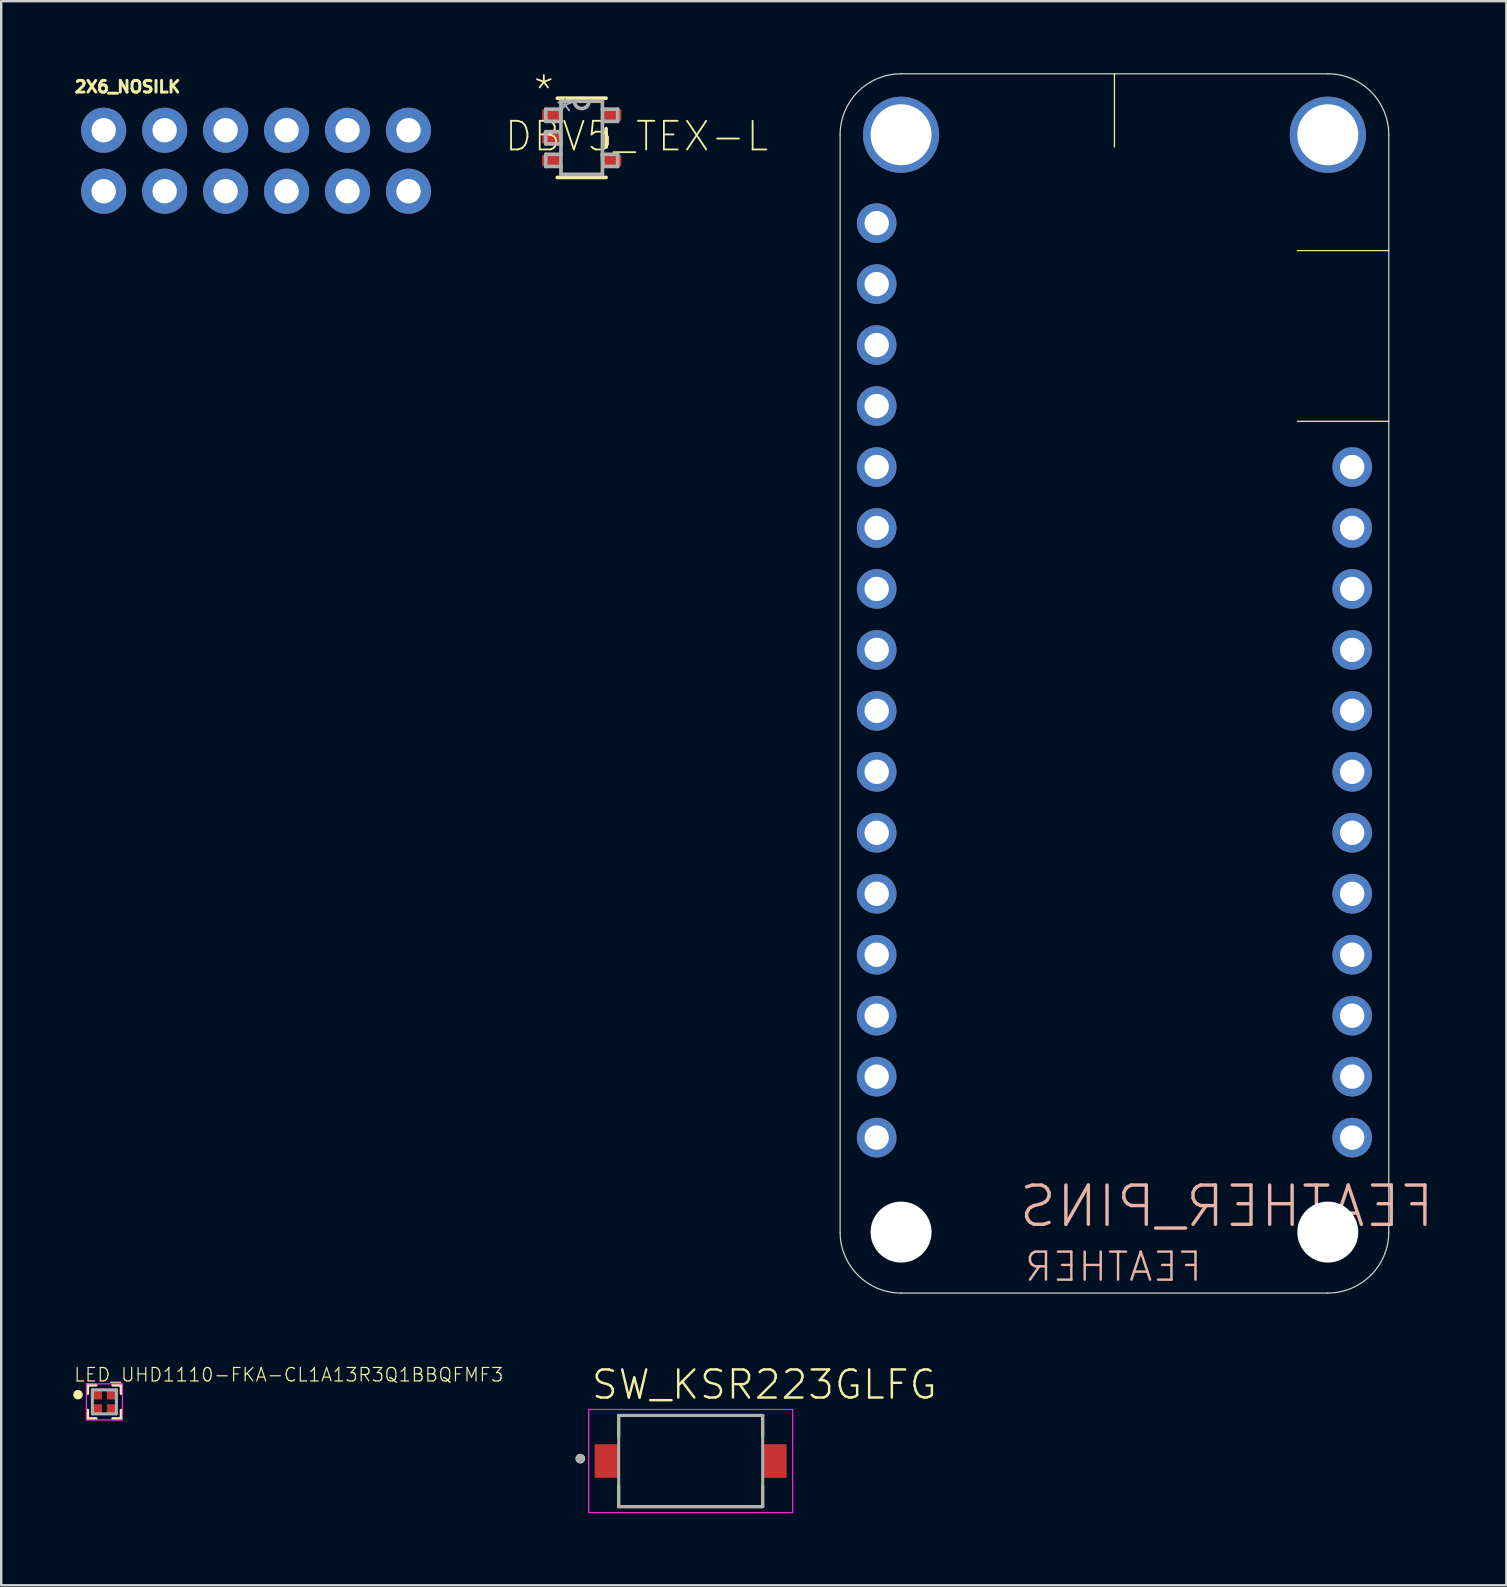
<source format=kicad_pcb>
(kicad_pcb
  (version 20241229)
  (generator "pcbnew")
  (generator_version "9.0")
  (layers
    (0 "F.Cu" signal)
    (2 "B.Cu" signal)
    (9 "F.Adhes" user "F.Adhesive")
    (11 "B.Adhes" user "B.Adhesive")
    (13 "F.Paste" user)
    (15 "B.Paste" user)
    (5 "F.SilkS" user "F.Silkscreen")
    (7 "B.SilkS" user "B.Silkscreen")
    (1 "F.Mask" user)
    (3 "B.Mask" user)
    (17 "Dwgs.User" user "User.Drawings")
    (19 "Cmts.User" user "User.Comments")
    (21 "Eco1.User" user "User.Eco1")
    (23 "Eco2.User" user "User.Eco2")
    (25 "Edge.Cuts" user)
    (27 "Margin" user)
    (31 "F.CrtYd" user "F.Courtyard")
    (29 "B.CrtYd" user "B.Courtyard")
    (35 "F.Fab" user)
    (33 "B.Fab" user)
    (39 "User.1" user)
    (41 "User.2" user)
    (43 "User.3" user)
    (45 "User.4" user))
  (footprint "SW_KSR223GLFG"
    (layer "F.Cu")
    (at 25.727 57.824)
    (property "Reference" "SW_KSR223GLFG" (at -4.2 -2.5 0) (unlocked yes) (layer "F.SilkS") (effects (font (size 1.168 1.168) (thickness 0.102)) (justify left bottom)))
    (fp_line (start -3 -1.9) (end 3 -1.9) (stroke (width 0.127) (type solid)) (layer "F.SilkS"))
    (fp_line (start -3 -1.03) (end -3 -1.9) (stroke (width 0.127) (type solid)) (layer "F.SilkS"))
    (fp_line (start -3 1.03) (end -3 1.9) (stroke (width 0.127) (type solid)) (layer "F.SilkS"))
    (fp_line (start -3 1.9) (end 3 1.9) (stroke (width 0.127) (type solid)) (layer "F.SilkS"))
    (fp_line (start 3 -1.9) (end 3 -1.03) (stroke (width 0.127) (type solid)) (layer "F.SilkS"))
    (fp_line (start 3 1.9) (end 3 1.03) (stroke (width 0.127) (type solid)) (layer "F.SilkS"))
    (fp_circle (center -4.6 -0.1) (end -4.5 -0.1) (stroke (width 0.2) (type solid)) (fill no) (layer "F.SilkS"))
    (fp_line (start -4.25 -2.15) (end 4.25 -2.15) (stroke (width 0.05) (type solid)) (layer "F.CrtYd"))
    (fp_line (start -4.25 2.15) (end -4.25 -2.15) (stroke (width 0.05) (type solid)) (layer "F.CrtYd"))
    (fp_line (start 4.25 -2.15) (end 4.25 2.15) (stroke (width 0.05) (type solid)) (layer "F.CrtYd"))
    (fp_line (start 4.25 2.15) (end -4.25 2.15) (stroke (width 0.05) (type solid)) (layer "F.CrtYd"))
    (fp_line (start -3 -1.9) (end 3 -1.9) (stroke (width 0.127) (type solid)) (layer "F.Fab"))
    (fp_line (start -3 1.9) (end -3 -1.9) (stroke (width 0.127) (type solid)) (layer "F.Fab"))
    (fp_line (start 3 -1.9) (end 3 1.9) (stroke (width 0.127) (type solid)) (layer "F.Fab"))
    (fp_line (start 3 1.9) (end -3 1.9) (stroke (width 0.127) (type solid)) (layer "F.Fab"))
    (fp_circle (center -4.6 -0.1) (end -4.5 -0.1) (stroke (width 0.2) (type solid)) (fill no) (layer "F.Fab"))
    (pad "1" smd rect (at -3.5 0) (size 1 1.4) (layers "F.Cu" "F.Mask" "F.Paste"))
    (pad "2" smd rect (at 3.5 0) (size 1 1.4) (layers "F.Cu" "F.Mask" "F.Paste")))
  (footprint "LED_UHD1110-FKA-CL1A13R3Q1BBQFMF3"
    (layer "F.Cu")
    (at 1.3 55.358)
    (property "Reference" "LED_UHD1110-FKA-CL1A13R3Q1BBQFMF3" (at -1.3 -0.8 0) (unlocked yes) (layer "F.SilkS") (effects (font (size 0.561 0.561) (thickness 0.049)) (justify left bottom)))
    (fp_line (start -0.7 -0.7) (end -0.7 -0.35) (stroke (width 0.127) (type solid)) (layer "F.SilkS"))
    (fp_line (start -0.7 0.35) (end -0.7 0.7) (stroke (width 0.127) (type solid)) (layer "F.SilkS"))
    (fp_line (start -0.7 0.7) (end -0.35 0.7) (stroke (width 0.127) (type solid)) (layer "F.SilkS"))
    (fp_line (start -0.35 -0.7) (end -0.7 -0.7) (stroke (width 0.127) (type solid)) (layer "F.SilkS"))
    (fp_line (start 0.35 -0.7) (end 0.7 -0.7) (stroke (width 0.127) (type solid)) (layer "F.SilkS"))
    (fp_line (start 0.35 0.7) (end 0.7 0.7) (stroke (width 0.127) (type solid)) (layer "F.SilkS"))
    (fp_line (start 0.7 -0.7) (end 0.7 -0.35) (stroke (width 0.127) (type solid)) (layer "F.SilkS"))
    (fp_line (start 0.7 0.7) (end 0.7 0.35) (stroke (width 0.127) (type solid)) (layer "F.SilkS"))
    (fp_circle (center -1.1 -0.3) (end -1 -0.3) (stroke (width 0.2) (type solid)) (fill no) (layer "F.SilkS"))
    (fp_line (start -0.75 -0.75) (end 0.75 -0.75) (stroke (width 0.05) (type solid)) (layer "F.CrtYd"))
    (fp_line (start -0.75 0.75) (end -0.75 -0.75) (stroke (width 0.05) (type solid)) (layer "F.CrtYd"))
    (fp_line (start 0.75 -0.75) (end 0.75 0.75) (stroke (width 0.05) (type solid)) (layer "F.CrtYd"))
    (fp_line (start 0.75 0.75) (end -0.75 0.75) (stroke (width 0.05) (type solid)) (layer "F.CrtYd"))
    (fp_line (start -0.5 -0.5) (end 0.5 -0.5) (stroke (width 0.127) (type solid)) (layer "F.Fab"))
    (fp_line (start -0.5 0.5) (end -0.5 -0.5) (stroke (width 0.127) (type solid)) (layer "F.Fab"))
    (fp_line (start 0.5 -0.5) (end 0.5 0.5) (stroke (width 0.127) (type solid)) (layer "F.Fab"))
    (fp_line (start 0.5 0.5) (end -0.5 0.5) (stroke (width 0.127) (type solid)) (layer "F.Fab"))
    (pad "1" smd rect (at -0.3 -0.3) (size 0.4 0.4) (layers "F.Cu" "F.Mask" "F.Paste"))
    (pad "2" smd rect (at -0.3 0.3) (size 0.4 0.4) (layers "F.Cu" "F.Mask" "F.Paste"))
    (pad "3" smd rect (at 0.3 0.3) (size 0.4 0.4) (layers "F.Cu" "F.Mask" "F.Paste"))
    (pad "4" smd rect (at 0.3 -0.3) (size 0.4 0.4) (layers "F.Cu" "F.Mask" "F.Paste")))
  (footprint "2X6_NOSILK"
    (layer "F.Cu")
    (at 1.27 4.917)
    (property "Reference" "2X6_NOSILK" (at -1.27 -4.064 0) (unlocked yes) (layer "F.SilkS") (effects (font (size 0.488 0.488) (thickness 0.122)) (justify left bottom)))
    (fp_poly (pts (xy -0.254 -2.286) (xy 0.254 -2.286) (xy 0.254 -2.794) (xy -0.254 -2.794)) (stroke (width 0.1) (type default)) (fill no) (layer "F.Fab"))
    (fp_poly (pts (xy -0.254 0.254) (xy 0.254 0.254) (xy 0.254 -0.254) (xy -0.254 -0.254)) (stroke (width 0.1) (type default)) (fill no) (layer "F.Fab"))
    (fp_poly (pts (xy 2.286 -2.286) (xy 2.794 -2.286) (xy 2.794 -2.794) (xy 2.286 -2.794)) (stroke (width 0.1) (type default)) (fill no) (layer "F.Fab"))
    (fp_poly (pts (xy 2.286 0.254) (xy 2.794 0.254) (xy 2.794 -0.254) (xy 2.286 -0.254)) (stroke (width 0.1) (type default)) (fill no) (layer "F.Fab"))
    (fp_poly (pts (xy 4.826 -2.286) (xy 5.334 -2.286) (xy 5.334 -2.794) (xy 4.826 -2.794)) (stroke (width 0.1) (type default)) (fill no) (layer "F.Fab"))
    (fp_poly (pts (xy 4.826 0.254) (xy 5.334 0.254) (xy 5.334 -0.254) (xy 4.826 -0.254)) (stroke (width 0.1) (type default)) (fill no) (layer "F.Fab"))
    (fp_poly (pts (xy 7.366 -2.286) (xy 7.874 -2.286) (xy 7.874 -2.794) (xy 7.366 -2.794)) (stroke (width 0.1) (type default)) (fill no) (layer "F.Fab"))
    (fp_poly (pts (xy 7.366 0.254) (xy 7.874 0.254) (xy 7.874 -0.254) (xy 7.366 -0.254)) (stroke (width 0.1) (type default)) (fill no) (layer "F.Fab"))
    (fp_poly (pts (xy 9.906 -2.286) (xy 10.414 -2.286) (xy 10.414 -2.794) (xy 9.906 -2.794)) (stroke (width 0.1) (type default)) (fill no) (layer "F.Fab"))
    (fp_poly (pts (xy 9.906 0.254) (xy 10.414 0.254) (xy 10.414 -0.254) (xy 9.906 -0.254)) (stroke (width 0.1) (type default)) (fill no) (layer "F.Fab"))
    (fp_poly (pts (xy 12.446 -2.286) (xy 12.954 -2.286) (xy 12.954 -2.794) (xy 12.446 -2.794)) (stroke (width 0.1) (type default)) (fill no) (layer "F.Fab"))
    (fp_poly (pts (xy 12.446 0.254) (xy 12.954 0.254) (xy 12.954 -0.254) (xy 12.446 -0.254)) (stroke (width 0.1) (type default)) (fill no) (layer "F.Fab"))
    (pad "1" thru_hole circle (at 0 0) (size 1.88 1.88) (drill 1.016) (layers "*.Cu" "*.Mask"))
    (pad "2" thru_hole circle (at 0 -2.54) (size 1.88 1.88) (drill 1.016) (layers "*.Cu" "*.Mask"))
    (pad "3" thru_hole circle (at 2.54 0) (size 1.88 1.88) (drill 1.016) (layers "*.Cu" "*.Mask"))
    (pad "4" thru_hole circle (at 2.54 -2.54) (size 1.88 1.88) (drill 1.016) (layers "*.Cu" "*.Mask"))
    (pad "5" thru_hole circle (at 5.08 0) (size 1.88 1.88) (drill 1.016) (layers "*.Cu" "*.Mask"))
    (pad "6" thru_hole circle (at 5.08 -2.54) (size 1.88 1.88) (drill 1.016) (layers "*.Cu" "*.Mask"))
    (pad "7" thru_hole circle (at 7.62 0) (size 1.88 1.88) (drill 1.016) (layers "*.Cu" "*.Mask"))
    (pad "8" thru_hole circle (at 7.62 -2.54) (size 1.88 1.88) (drill 1.016) (layers "*.Cu" "*.Mask"))
    (pad "9" thru_hole circle (at 10.16 0) (size 1.88 1.88) (drill 1.016) (layers "*.Cu" "*.Mask"))
    (pad "10" thru_hole circle (at 10.16 -2.54) (size 1.88 1.88) (drill 1.016) (layers "*.Cu" "*.Mask"))
    (pad "11" thru_hole circle (at 12.7 0) (size 1.88 1.88) (drill 1.016) (layers "*.Cu" "*.Mask"))
    (pad "12" thru_hole circle (at 12.7 -2.54) (size 1.88 1.88) (drill 1.016) (layers "*.Cu" "*.Mask")))
  (footprint "FEATHER_PINS"
    (layer "F.Cu")
    (at 34.493 5.105)
    (property "Reference" "FEATHER_PINS" (at 4.826 41.148 0) (unlocked yes) (layer "B.SilkS") (effects (font (size 1.636 1.636) (thickness 0.142)) (justify right top mirror)))
    (fp_line (start 8.89 -5.08) (end 8.89 -2.032) (stroke (width 0.051) (type solid)) (layer "F.SilkS"))
    (fp_line (start 20.32 2.286) (end 16.51 2.286) (stroke (width 0.051) (type solid)) (layer "F.SilkS"))
    (fp_line (start 20.32 9.398) (end 16.51 9.398) (stroke (width 0.051) (type solid)) (layer "F.SilkS"))
    (fp_line (start -2.54 -2.54) (end -2.54 43.18) (stroke (width 0.051) (type solid)) (layer "Edge.Cuts"))
    (fp_line (start 0 45.72) (end 17.78 45.72) (stroke (width 0.051) (type solid)) (layer "Edge.Cuts"))
    (fp_line (start 17.78 -5.08) (end 0 -5.08) (stroke (width 0.051) (type solid)) (layer "Edge.Cuts"))
    (fp_line (start 20.32 43.18) (end 20.32 -2.54) (stroke (width 0.051) (type solid)) (layer "Edge.Cuts"))
    (fp_arc (start -2.54 -2.54) (mid -1.796051 -4.336051) (end 0 -5.08) (stroke (width 0.0508) (type solid)) (layer "Edge.Cuts"))
    (fp_arc (start 0 45.72) (mid -1.796051 44.976051) (end -2.54 43.18) (stroke (width 0.0508) (type solid)) (layer "Edge.Cuts"))
    (fp_arc (start 17.78 -5.08) (mid 19.576051 -4.336051) (end 20.32 -2.54) (stroke (width 0.0508) (type solid)) (layer "Edge.Cuts"))
    (fp_arc (start 20.32 43.18) (mid 19.576051 44.976051) (end 17.78 45.72) (stroke (width 0.0508) (type solid)) (layer "Edge.Cuts"))
    (fp_text user "FEATHER" (at 5.08 43.942 0) (layer "B.SilkS") (effects (font (size 1.168 1.168) (thickness 0.102)) (justify right top mirror)))
    (pad "" np_thru_hole circle (at 0 43.18) (size 2.54 2.54) (drill 2.54) (layers "*.Cu" "*.Mask"))
    (pad "" np_thru_hole circle (at 17.78 43.18) (size 2.54 2.54) (drill 2.54) (layers "*.Cu" "*.Mask"))
    (pad "3V" thru_hole circle (at -1.016 3.683) (size 1.651 1.651) (drill 1.016) (layers "*.Cu" "*.Mask"))
    (pad "5" thru_hole circle (at 18.796 34.163) (size 1.651 1.651) (drill 1.016) (layers "*.Cu" "*.Mask"))
    (pad "6" thru_hole circle (at 18.796 31.623) (size 1.651 1.651) (drill 1.016) (layers "*.Cu" "*.Mask"))
    (pad "9" thru_hole circle (at 18.796 29.083) (size 1.651 1.651) (drill 1.016) (layers "*.Cu" "*.Mask"))
    (pad "10" thru_hole circle (at 18.796 26.543) (size 1.651 1.651) (drill 1.016) (layers "*.Cu" "*.Mask"))
    (pad "11" thru_hole circle (at 18.796 24.003) (size 1.651 1.651) (drill 1.016) (layers "*.Cu" "*.Mask"))
    (pad "12" thru_hole circle (at 18.796 21.463) (size 1.651 1.651) (drill 1.016) (layers "*.Cu" "*.Mask"))
    (pad "13" thru_hole circle (at 18.796 18.923) (size 1.651 1.651) (drill 1.016) (layers "*.Cu" "*.Mask"))
    (pad "A0" thru_hole circle (at -1.016 11.303) (size 1.651 1.651) (drill 1.016) (layers "*.Cu" "*.Mask"))
    (pad "A1" thru_hole circle (at -1.016 13.843) (size 1.651 1.651) (drill 1.016) (layers "*.Cu" "*.Mask"))
    (pad "A2" thru_hole circle (at -1.016 16.383) (size 1.651 1.651) (drill 1.016) (layers "*.Cu" "*.Mask"))
    (pad "A3" thru_hole circle (at -1.016 18.923) (size 1.651 1.651) (drill 1.016) (layers "*.Cu" "*.Mask"))
    (pad "A4" thru_hole circle (at -1.016 21.463) (size 1.651 1.651) (drill 1.016) (layers "*.Cu" "*.Mask"))
    (pad "A5" thru_hole circle (at -1.016 24.003) (size 1.651 1.651) (drill 1.016) (layers "*.Cu" "*.Mask"))
    (pad "AREF" thru_hole circle (at -1.016 6.223) (size 1.651 1.651) (drill 1.016) (layers "*.Cu" "*.Mask"))
    (pad "BAT" thru_hole circle (at 18.796 11.303) (size 1.651 1.651) (drill 1.016) (layers "*.Cu" "*.Mask"))
    (pad "D4" thru_hole circle (at -1.016 39.243) (size 1.651 1.651) (drill 1.016) (layers "*.Cu" "*.Mask"))
    (pad "EN" thru_hole circle (at 18.796 13.843) (size 1.651 1.651) (drill 1.016) (layers "*.Cu" "*.Mask"))
    (pad "GND" thru_hole circle (at -1.016 8.763) (size 1.651 1.651) (drill 1.016) (layers "*.Cu" "*.Mask"))
    (pad "M0" thru_hole circle (at -1.016 29.083) (size 1.651 1.651) (drill 1.016) (layers "*.Cu" "*.Mask"))
    (pad "MI" thru_hole circle (at -1.016 31.623) (size 1.651 1.651) (drill 1.016) (layers "*.Cu" "*.Mask"))
    (pad "P$1" thru_hole circle (at 0 -2.54) (size 3.175 3.175) (drill 2.54) (layers "*.Cu" "*.Mask"))
    (pad "P$2" thru_hole circle (at 17.78 -2.54) (size 3.175 3.175) (drill 2.54) (layers "*.Cu" "*.Mask"))
    (pad "RST" thru_hole circle (at -1.016 1.143) (size 1.651 1.651) (drill 1.016) (layers "*.Cu" "*.Mask"))
    (pad "RX" thru_hole circle (at -1.016 34.163) (size 1.651 1.651) (drill 1.016) (layers "*.Cu" "*.Mask"))
    (pad "SCK" thru_hole circle (at -1.016 26.543) (size 1.651 1.651) (drill 1.016) (layers "*.Cu" "*.Mask"))
    (pad "SCL" thru_hole circle (at 18.796 36.703) (size 1.651 1.651) (drill 1.016) (layers "*.Cu" "*.Mask"))
    (pad "SDA" thru_hole circle (at 18.796 39.243) (size 1.651 1.651) (drill 1.016) (layers "*.Cu" "*.Mask"))
    (pad "TX" thru_hole circle (at -1.016 36.703) (size 1.651 1.651) (drill 1.016) (layers "*.Cu" "*.Mask"))
    (pad "USB" thru_hole circle (at 18.796 16.383) (size 1.651 1.651) (drill 1.016) (layers "*.Cu" "*.Mask")))
  (footprint "DBV5_TEX-L"
    (layer "F.Cu")
    (at 21.186 2.692)
    (property "Reference" "DBV5_TEX-L" (at -3.277 0.635 0) (unlocked yes) (layer "F.SilkS") (effects (font (size 1.194 1.194) (thickness 0.076)) (justify left bottom)))
    (fp_line (start -1.016 1.651) (end 1.016 1.651) (stroke (width 0.152) (type solid)) (layer "F.SilkS"))
    (fp_line (start 1.016 -1.651) (end -1.016 -1.651) (stroke (width 0.152) (type solid)) (layer "F.SilkS"))
    (fp_line (start 1.016 0.381) (end 1.016 -0.381) (stroke (width 0.152) (type solid)) (layer "F.SilkS"))
    (fp_line (start -1.499 -1.194) (end -1.499 -0.686) (stroke (width 0.152) (type solid)) (layer "F.Fab"))
    (fp_line (start -1.499 -0.686) (end -0.864 -0.686) (stroke (width 0.152) (type solid)) (layer "F.Fab"))
    (fp_line (start -1.499 -0.254) (end -1.499 0.254) (stroke (width 0.152) (type solid)) (layer "F.Fab"))
    (fp_line (start -1.499 0.254) (end -0.864 0.254) (stroke (width 0.152) (type solid)) (layer "F.Fab"))
    (fp_line (start -1.499 0.686) (end -1.499 1.194) (stroke (width 0.152) (type solid)) (layer "F.Fab"))
    (fp_line (start -1.499 1.194) (end -0.864 1.194) (stroke (width 0.152) (type solid)) (layer "F.Fab"))
    (fp_line (start -0.889 -1.194) (end -1.499 -1.194) (stroke (width 0.152) (type solid)) (layer "F.Fab"))
    (fp_line (start -0.889 -0.254) (end -1.499 -0.254) (stroke (width 0.152) (type solid)) (layer "F.Fab"))
    (fp_line (start -0.864 -1.524) (end -0.864 -0.686) (stroke (width 0.152) (type solid)) (layer "F.Fab"))
    (fp_line (start -0.864 -0.686) (end -0.889 -1.194) (stroke (width 0.152) (type solid)) (layer "F.Fab"))
    (fp_line (start -0.864 -0.686) (end -0.864 0.254) (stroke (width 0.152) (type solid)) (layer "F.Fab"))
    (fp_line (start -0.864 0.254) (end -0.889 -0.254) (stroke (width 0.152) (type solid)) (layer "F.Fab"))
    (fp_line (start -0.864 0.254) (end -0.864 0.686) (stroke (width 0.152) (type solid)) (layer "F.Fab"))
    (fp_line (start -0.864 0.686) (end -1.499 0.686) (stroke (width 0.152) (type solid)) (layer "F.Fab"))
    (fp_line (start -0.864 1.194) (end -0.864 0.686) (stroke (width 0.152) (type solid)) (layer "F.Fab"))
    (fp_line (start -0.864 1.524) (end -0.864 1.194) (stroke (width 0.152) (type solid)) (layer "F.Fab"))
    (fp_line (start -0.864 1.524) (end 0.864 1.524) (stroke (width 0.152) (type solid)) (layer "F.Fab"))
    (fp_line (start -0.305 -1.524) (end -0.864 -1.524) (stroke (width 0.152) (type solid)) (layer "F.Fab"))
    (fp_line (start 0.305 -1.524) (end -0.305 -1.524) (stroke (width 0.152) (type solid)) (layer "F.Fab"))
    (fp_line (start 0.864 -1.524) (end 0.305 -1.524) (stroke (width 0.152) (type solid)) (layer "F.Fab"))
    (fp_line (start 0.864 -1.524) (end 0.864 -1.194) (stroke (width 0.152) (type solid)) (layer "F.Fab"))
    (fp_line (start 0.864 -1.194) (end 0.864 -0.686) (stroke (width 0.152) (type solid)) (layer "F.Fab"))
    (fp_line (start 0.864 -0.686) (end 1.499 -0.686) (stroke (width 0.152) (type solid)) (layer "F.Fab"))
    (fp_line (start 0.864 0.686) (end 0.864 -0.686) (stroke (width 0.152) (type solid)) (layer "F.Fab"))
    (fp_line (start 0.864 0.686) (end 0.889 1.194) (stroke (width 0.152) (type solid)) (layer "F.Fab"))
    (fp_line (start 0.864 1.524) (end 0.864 0.686) (stroke (width 0.152) (type solid)) (layer "F.Fab"))
    (fp_line (start 0.889 1.194) (end 1.499 1.194) (stroke (width 0.152) (type solid)) (layer "F.Fab"))
    (fp_line (start 1.499 -1.194) (end 0.864 -1.194) (stroke (width 0.152) (type solid)) (layer "F.Fab"))
    (fp_line (start 1.499 -0.686) (end 1.499 -1.194) (stroke (width 0.152) (type solid)) (layer "F.Fab"))
    (fp_line (start 1.499 0.686) (end 0.864 0.686) (stroke (width 0.152) (type solid)) (layer "F.Fab"))
    (fp_line (start 1.499 1.194) (end 1.499 0.686) (stroke (width 0.152) (type solid)) (layer "F.Fab"))
    (fp_arc (start 0.3048 -1.524) (mid 0 -1.2192) (end -0.3048 -1.524) (stroke (width 0.1524) (type solid)) (layer "F.Fab"))
    (fp_text user "*" (at -2.083 -1.27 0) (layer "F.SilkS") (effects (font (size 1.194 1.194) (thickness 0.076)) (justify left bottom)))
    (fp_text user "*" (at -1.194 -0.305 0) (layer "F.Fab") (effects (font (size 1.194 1.194) (thickness 0.076)) (justify left bottom)))
    (pad "1" smd rect (at -1.264 -0.95) (size 0.775 0.457) (layers "F.Cu" "F.Mask" "F.Paste"))
    (pad "2" smd rect (at -1.264 0) (size 0.775 0.457) (layers "F.Cu" "F.Mask" "F.Paste"))
    (pad "3" smd rect (at -1.264 0.95) (size 0.775 0.457) (layers "F.Cu" "F.Mask" "F.Paste"))
    (pad "4" smd rect (at 1.264 0.95) (size 0.775 0.457) (layers "F.Cu" "F.Mask" "F.Paste"))
    (pad "5" smd rect (at 1.264 -0.95) (size 0.775 0.457) (layers "F.Cu" "F.Mask" "F.Paste")))
  (gr_rect
    (start -3 -3)
    (end 59.711 62.999)
    (stroke (width 0.1) (type default))
    (fill no)
    (layer "Edge.Cuts")))
</source>
